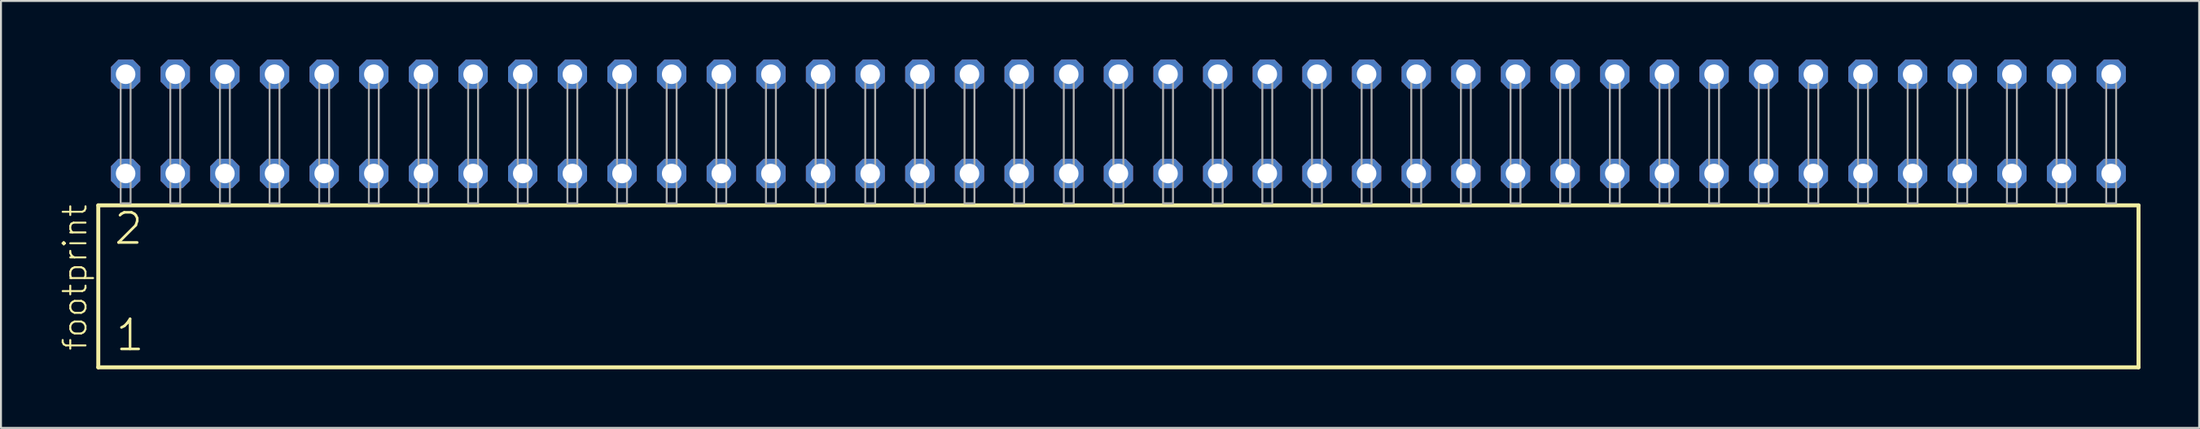
<source format=kicad_pcb>
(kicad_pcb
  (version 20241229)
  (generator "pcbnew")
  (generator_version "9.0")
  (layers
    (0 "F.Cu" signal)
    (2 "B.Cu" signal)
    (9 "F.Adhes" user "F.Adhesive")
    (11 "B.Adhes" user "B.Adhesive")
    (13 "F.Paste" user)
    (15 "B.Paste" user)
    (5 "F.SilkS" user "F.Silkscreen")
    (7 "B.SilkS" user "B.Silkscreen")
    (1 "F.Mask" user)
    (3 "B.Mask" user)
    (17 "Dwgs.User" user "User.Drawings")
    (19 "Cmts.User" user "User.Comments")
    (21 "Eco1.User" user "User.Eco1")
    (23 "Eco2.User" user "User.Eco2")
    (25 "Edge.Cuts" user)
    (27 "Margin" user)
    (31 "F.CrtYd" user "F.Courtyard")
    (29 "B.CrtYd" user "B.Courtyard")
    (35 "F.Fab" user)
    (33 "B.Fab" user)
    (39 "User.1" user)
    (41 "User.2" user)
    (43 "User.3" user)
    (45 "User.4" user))
  (footprint "footprint"
    (layer "F.Cu")
    (at 54.178 7.354)
    (property "Reference" "footprint" (at -52.705 7.62 90) (layer "F.SilkS") (effects (font (size 1.168 1.168) (thickness 0.102)) (justify left bottom)))
    (fp_line (start -52.199 0.106) (end -52.199 8.396) (stroke (width 0.203) (type solid)) (layer "F.SilkS"))
    (fp_line (start -52.199 8.396) (end 52.199 8.396) (stroke (width 0.203) (type solid)) (layer "F.SilkS"))
    (fp_line (start 52.199 0.106) (end -52.199 0.106) (stroke (width 0.203) (type solid)) (layer "F.SilkS"))
    (fp_line (start 52.199 8.396) (end 52.199 0.106) (stroke (width 0.203) (type solid)) (layer "F.SilkS"))
    (fp_poly (pts (xy -51.054 0) (xy -50.546 0) (xy -50.546 -6.858) (xy -51.054 -6.858)) (stroke (width 0.1) (type solid)) (fill no) (layer "F.Fab"))
    (fp_poly (pts (xy -48.514 0) (xy -48.006 0) (xy -48.006 -6.858) (xy -48.514 -6.858)) (stroke (width 0.1) (type solid)) (fill no) (layer "F.Fab"))
    (fp_poly (pts (xy -45.974 0) (xy -45.466 0) (xy -45.466 -6.858) (xy -45.974 -6.858)) (stroke (width 0.1) (type solid)) (fill no) (layer "F.Fab"))
    (fp_poly (pts (xy -43.434 0) (xy -42.926 0) (xy -42.926 -6.858) (xy -43.434 -6.858)) (stroke (width 0.1) (type solid)) (fill no) (layer "F.Fab"))
    (fp_poly (pts (xy -40.894 0) (xy -40.386 0) (xy -40.386 -6.858) (xy -40.894 -6.858)) (stroke (width 0.1) (type solid)) (fill no) (layer "F.Fab"))
    (fp_poly (pts (xy -38.354 0) (xy -37.846 0) (xy -37.846 -6.858) (xy -38.354 -6.858)) (stroke (width 0.1) (type solid)) (fill no) (layer "F.Fab"))
    (fp_poly (pts (xy -35.814 0) (xy -35.306 0) (xy -35.306 -6.858) (xy -35.814 -6.858)) (stroke (width 0.1) (type solid)) (fill no) (layer "F.Fab"))
    (fp_poly (pts (xy -33.274 0) (xy -32.766 0) (xy -32.766 -6.858) (xy -33.274 -6.858)) (stroke (width 0.1) (type solid)) (fill no) (layer "F.Fab"))
    (fp_poly (pts (xy -30.734 0) (xy -30.226 0) (xy -30.226 -6.858) (xy -30.734 -6.858)) (stroke (width 0.1) (type solid)) (fill no) (layer "F.Fab"))
    (fp_poly (pts (xy -28.194 0) (xy -27.686 0) (xy -27.686 -6.858) (xy -28.194 -6.858)) (stroke (width 0.1) (type solid)) (fill no) (layer "F.Fab"))
    (fp_poly (pts (xy -25.654 0) (xy -25.146 0) (xy -25.146 -6.858) (xy -25.654 -6.858)) (stroke (width 0.1) (type solid)) (fill no) (layer "F.Fab"))
    (fp_poly (pts (xy -23.114 0) (xy -22.606 0) (xy -22.606 -6.858) (xy -23.114 -6.858)) (stroke (width 0.1) (type solid)) (fill no) (layer "F.Fab"))
    (fp_poly (pts (xy -20.574 0) (xy -20.066 0) (xy -20.066 -6.858) (xy -20.574 -6.858)) (stroke (width 0.1) (type solid)) (fill no) (layer "F.Fab"))
    (fp_poly (pts (xy -18.034 0) (xy -17.526 0) (xy -17.526 -6.858) (xy -18.034 -6.858)) (stroke (width 0.1) (type solid)) (fill no) (layer "F.Fab"))
    (fp_poly (pts (xy -15.494 0) (xy -14.986 0) (xy -14.986 -6.858) (xy -15.494 -6.858)) (stroke (width 0.1) (type solid)) (fill no) (layer "F.Fab"))
    (fp_poly (pts (xy -12.954 0) (xy -12.446 0) (xy -12.446 -6.858) (xy -12.954 -6.858)) (stroke (width 0.1) (type solid)) (fill no) (layer "F.Fab"))
    (fp_poly (pts (xy -10.414 0) (xy -9.906 0) (xy -9.906 -6.858) (xy -10.414 -6.858)) (stroke (width 0.1) (type solid)) (fill no) (layer "F.Fab"))
    (fp_poly (pts (xy -7.874 0) (xy -7.366 0) (xy -7.366 -6.858) (xy -7.874 -6.858)) (stroke (width 0.1) (type solid)) (fill no) (layer "F.Fab"))
    (fp_poly (pts (xy -5.334 0) (xy -4.826 0) (xy -4.826 -6.858) (xy -5.334 -6.858)) (stroke (width 0.1) (type solid)) (fill no) (layer "F.Fab"))
    (fp_poly (pts (xy -2.794 0) (xy -2.286 0) (xy -2.286 -6.858) (xy -2.794 -6.858)) (stroke (width 0.1) (type solid)) (fill no) (layer "F.Fab"))
    (fp_poly (pts (xy -0.254 0) (xy 0.254 0) (xy 0.254 -6.858) (xy -0.254 -6.858)) (stroke (width 0.1) (type solid)) (fill no) (layer "F.Fab"))
    (fp_poly (pts (xy 2.286 0) (xy 2.794 0) (xy 2.794 -6.858) (xy 2.286 -6.858)) (stroke (width 0.1) (type solid)) (fill no) (layer "F.Fab"))
    (fp_poly (pts (xy 4.826 0) (xy 5.334 0) (xy 5.334 -6.858) (xy 4.826 -6.858)) (stroke (width 0.1) (type solid)) (fill no) (layer "F.Fab"))
    (fp_poly (pts (xy 7.366 0) (xy 7.874 0) (xy 7.874 -6.858) (xy 7.366 -6.858)) (stroke (width 0.1) (type solid)) (fill no) (layer "F.Fab"))
    (fp_poly (pts (xy 9.906 0) (xy 10.414 0) (xy 10.414 -6.858) (xy 9.906 -6.858)) (stroke (width 0.1) (type solid)) (fill no) (layer "F.Fab"))
    (fp_poly (pts (xy 12.446 0) (xy 12.954 0) (xy 12.954 -6.858) (xy 12.446 -6.858)) (stroke (width 0.1) (type solid)) (fill no) (layer "F.Fab"))
    (fp_poly (pts (xy 14.986 0) (xy 15.494 0) (xy 15.494 -6.858) (xy 14.986 -6.858)) (stroke (width 0.1) (type solid)) (fill no) (layer "F.Fab"))
    (fp_poly (pts (xy 17.526 0) (xy 18.034 0) (xy 18.034 -6.858) (xy 17.526 -6.858)) (stroke (width 0.1) (type solid)) (fill no) (layer "F.Fab"))
    (fp_poly (pts (xy 20.066 0) (xy 20.574 0) (xy 20.574 -6.858) (xy 20.066 -6.858)) (stroke (width 0.1) (type solid)) (fill no) (layer "F.Fab"))
    (fp_poly (pts (xy 22.606 0) (xy 23.114 0) (xy 23.114 -6.858) (xy 22.606 -6.858)) (stroke (width 0.1) (type solid)) (fill no) (layer "F.Fab"))
    (fp_poly (pts (xy 25.146 0) (xy 25.654 0) (xy 25.654 -6.858) (xy 25.146 -6.858)) (stroke (width 0.1) (type solid)) (fill no) (layer "F.Fab"))
    (fp_poly (pts (xy 27.686 0) (xy 28.194 0) (xy 28.194 -6.858) (xy 27.686 -6.858)) (stroke (width 0.1) (type solid)) (fill no) (layer "F.Fab"))
    (fp_poly (pts (xy 30.226 0) (xy 30.734 0) (xy 30.734 -6.858) (xy 30.226 -6.858)) (stroke (width 0.1) (type solid)) (fill no) (layer "F.Fab"))
    (fp_poly (pts (xy 32.766 0) (xy 33.274 0) (xy 33.274 -6.858) (xy 32.766 -6.858)) (stroke (width 0.1) (type solid)) (fill no) (layer "F.Fab"))
    (fp_poly (pts (xy 35.306 0) (xy 35.814 0) (xy 35.814 -6.858) (xy 35.306 -6.858)) (stroke (width 0.1) (type solid)) (fill no) (layer "F.Fab"))
    (fp_poly (pts (xy 37.846 0) (xy 38.354 0) (xy 38.354 -6.858) (xy 37.846 -6.858)) (stroke (width 0.1) (type solid)) (fill no) (layer "F.Fab"))
    (fp_poly (pts (xy 40.386 0) (xy 40.894 0) (xy 40.894 -6.858) (xy 40.386 -6.858)) (stroke (width 0.1) (type solid)) (fill no) (layer "F.Fab"))
    (fp_poly (pts (xy 42.926 0) (xy 43.434 0) (xy 43.434 -6.858) (xy 42.926 -6.858)) (stroke (width 0.1) (type solid)) (fill no) (layer "F.Fab"))
    (fp_poly (pts (xy 45.466 0) (xy 45.974 0) (xy 45.974 -6.858) (xy 45.466 -6.858)) (stroke (width 0.1) (type solid)) (fill no) (layer "F.Fab"))
    (fp_poly (pts (xy 48.006 0) (xy 48.514 0) (xy 48.514 -6.858) (xy 48.006 -6.858)) (stroke (width 0.1) (type solid)) (fill no) (layer "F.Fab"))
    (fp_poly (pts (xy 50.546 0) (xy 51.054 0) (xy 51.054 -6.858) (xy 50.546 -6.858)) (stroke (width 0.1) (type solid)) (fill no) (layer "F.Fab"))
    (fp_text user "1" (at -51.395 7.65 0) (layer "F.SilkS") (effects (font (size 1.542 1.542) (thickness 0.134)) (justify left bottom)))
    (fp_text user "2" (at -51.47 2.2 0) (layer "F.SilkS") (effects (font (size 1.542 1.542) (thickness 0.134)) (justify left bottom)))
    (pad "1" thru_hole roundrect (at -50.8 -1.524) (size 1.5 1.5) (drill 1) (layers "*.Cu" "*.Mask") (roundrect_rratio 0.25) (chamfer_ratio 0.25) (chamfer top_left top_right bottom_left bottom_right))
    (pad "2" thru_hole roundrect (at -50.8 -6.604) (size 1.5 1.5) (drill 1) (layers "*.Cu" "*.Mask") (roundrect_rratio 0.25) (chamfer_ratio 0.25) (chamfer top_left top_right bottom_left bottom_right))
    (pad "3" thru_hole roundrect (at -48.26 -1.524) (size 1.5 1.5) (drill 1) (layers "*.Cu" "*.Mask") (roundrect_rratio 0.25) (chamfer_ratio 0.25) (chamfer top_left top_right bottom_left bottom_right))
    (pad "4" thru_hole roundrect (at -48.26 -6.604) (size 1.5 1.5) (drill 1) (layers "*.Cu" "*.Mask") (roundrect_rratio 0.25) (chamfer_ratio 0.25) (chamfer top_left top_right bottom_left bottom_right))
    (pad "5" thru_hole roundrect (at -45.72 -1.524) (size 1.5 1.5) (drill 1) (layers "*.Cu" "*.Mask") (roundrect_rratio 0.25) (chamfer_ratio 0.25) (chamfer top_left top_right bottom_left bottom_right))
    (pad "6" thru_hole roundrect (at -45.72 -6.604) (size 1.5 1.5) (drill 1) (layers "*.Cu" "*.Mask") (roundrect_rratio 0.25) (chamfer_ratio 0.25) (chamfer top_left top_right bottom_left bottom_right))
    (pad "7" thru_hole roundrect (at -43.18 -1.524) (size 1.5 1.5) (drill 1) (layers "*.Cu" "*.Mask") (roundrect_rratio 0.25) (chamfer_ratio 0.25) (chamfer top_left top_right bottom_left bottom_right))
    (pad "8" thru_hole roundrect (at -43.18 -6.604) (size 1.5 1.5) (drill 1) (layers "*.Cu" "*.Mask") (roundrect_rratio 0.25) (chamfer_ratio 0.25) (chamfer top_left top_right bottom_left bottom_right))
    (pad "9" thru_hole roundrect (at -40.64 -1.524) (size 1.5 1.5) (drill 1) (layers "*.Cu" "*.Mask") (roundrect_rratio 0.25) (chamfer_ratio 0.25) (chamfer top_left top_right bottom_left bottom_right))
    (pad "10" thru_hole roundrect (at -40.64 -6.604) (size 1.5 1.5) (drill 1) (layers "*.Cu" "*.Mask") (roundrect_rratio 0.25) (chamfer_ratio 0.25) (chamfer top_left top_right bottom_left bottom_right))
    (pad "11" thru_hole roundrect (at -38.1 -1.524) (size 1.5 1.5) (drill 1) (layers "*.Cu" "*.Mask") (roundrect_rratio 0.25) (chamfer_ratio 0.25) (chamfer top_left top_right bottom_left bottom_right))
    (pad "12" thru_hole roundrect (at -38.1 -6.604) (size 1.5 1.5) (drill 1) (layers "*.Cu" "*.Mask") (roundrect_rratio 0.25) (chamfer_ratio 0.25) (chamfer top_left top_right bottom_left bottom_right))
    (pad "13" thru_hole roundrect (at -35.56 -1.524) (size 1.5 1.5) (drill 1) (layers "*.Cu" "*.Mask") (roundrect_rratio 0.25) (chamfer_ratio 0.25) (chamfer top_left top_right bottom_left bottom_right))
    (pad "14" thru_hole roundrect (at -35.56 -6.604) (size 1.5 1.5) (drill 1) (layers "*.Cu" "*.Mask") (roundrect_rratio 0.25) (chamfer_ratio 0.25) (chamfer top_left top_right bottom_left bottom_right))
    (pad "15" thru_hole roundrect (at -33.02 -1.524) (size 1.5 1.5) (drill 1) (layers "*.Cu" "*.Mask") (roundrect_rratio 0.25) (chamfer_ratio 0.25) (chamfer top_left top_right bottom_left bottom_right))
    (pad "16" thru_hole roundrect (at -33.02 -6.604) (size 1.5 1.5) (drill 1) (layers "*.Cu" "*.Mask") (roundrect_rratio 0.25) (chamfer_ratio 0.25) (chamfer top_left top_right bottom_left bottom_right))
    (pad "17" thru_hole roundrect (at -30.48 -1.524) (size 1.5 1.5) (drill 1) (layers "*.Cu" "*.Mask") (roundrect_rratio 0.25) (chamfer_ratio 0.25) (chamfer top_left top_right bottom_left bottom_right))
    (pad "18" thru_hole roundrect (at -30.48 -6.604) (size 1.5 1.5) (drill 1) (layers "*.Cu" "*.Mask") (roundrect_rratio 0.25) (chamfer_ratio 0.25) (chamfer top_left top_right bottom_left bottom_right))
    (pad "19" thru_hole roundrect (at -27.94 -1.524) (size 1.5 1.5) (drill 1) (layers "*.Cu" "*.Mask") (roundrect_rratio 0.25) (chamfer_ratio 0.25) (chamfer top_left top_right bottom_left bottom_right))
    (pad "20" thru_hole roundrect (at -27.94 -6.604) (size 1.5 1.5) (drill 1) (layers "*.Cu" "*.Mask") (roundrect_rratio 0.25) (chamfer_ratio 0.25) (chamfer top_left top_right bottom_left bottom_right))
    (pad "21" thru_hole roundrect (at -25.4 -1.524) (size 1.5 1.5) (drill 1) (layers "*.Cu" "*.Mask") (roundrect_rratio 0.25) (chamfer_ratio 0.25) (chamfer top_left top_right bottom_left bottom_right))
    (pad "22" thru_hole roundrect (at -25.4 -6.604) (size 1.5 1.5) (drill 1) (layers "*.Cu" "*.Mask") (roundrect_rratio 0.25) (chamfer_ratio 0.25) (chamfer top_left top_right bottom_left bottom_right))
    (pad "23" thru_hole roundrect (at -22.86 -1.524) (size 1.5 1.5) (drill 1) (layers "*.Cu" "*.Mask") (roundrect_rratio 0.25) (chamfer_ratio 0.25) (chamfer top_left top_right bottom_left bottom_right))
    (pad "24" thru_hole roundrect (at -22.86 -6.604) (size 1.5 1.5) (drill 1) (layers "*.Cu" "*.Mask") (roundrect_rratio 0.25) (chamfer_ratio 0.25) (chamfer top_left top_right bottom_left bottom_right))
    (pad "25" thru_hole roundrect (at -20.32 -1.524) (size 1.5 1.5) (drill 1) (layers "*.Cu" "*.Mask") (roundrect_rratio 0.25) (chamfer_ratio 0.25) (chamfer top_left top_right bottom_left bottom_right))
    (pad "26" thru_hole roundrect (at -20.32 -6.604) (size 1.5 1.5) (drill 1) (layers "*.Cu" "*.Mask") (roundrect_rratio 0.25) (chamfer_ratio 0.25) (chamfer top_left top_right bottom_left bottom_right))
    (pad "27" thru_hole roundrect (at -17.78 -1.524) (size 1.5 1.5) (drill 1) (layers "*.Cu" "*.Mask") (roundrect_rratio 0.25) (chamfer_ratio 0.25) (chamfer top_left top_right bottom_left bottom_right))
    (pad "28" thru_hole roundrect (at -17.78 -6.604) (size 1.5 1.5) (drill 1) (layers "*.Cu" "*.Mask") (roundrect_rratio 0.25) (chamfer_ratio 0.25) (chamfer top_left top_right bottom_left bottom_right))
    (pad "29" thru_hole roundrect (at -15.24 -1.524) (size 1.5 1.5) (drill 1) (layers "*.Cu" "*.Mask") (roundrect_rratio 0.25) (chamfer_ratio 0.25) (chamfer top_left top_right bottom_left bottom_right))
    (pad "30" thru_hole roundrect (at -15.24 -6.604) (size 1.5 1.5) (drill 1) (layers "*.Cu" "*.Mask") (roundrect_rratio 0.25) (chamfer_ratio 0.25) (chamfer top_left top_right bottom_left bottom_right))
    (pad "31" thru_hole roundrect (at -12.7 -1.524) (size 1.5 1.5) (drill 1) (layers "*.Cu" "*.Mask") (roundrect_rratio 0.25) (chamfer_ratio 0.25) (chamfer top_left top_right bottom_left bottom_right))
    (pad "32" thru_hole roundrect (at -12.7 -6.604) (size 1.5 1.5) (drill 1) (layers "*.Cu" "*.Mask") (roundrect_rratio 0.25) (chamfer_ratio 0.25) (chamfer top_left top_right bottom_left bottom_right))
    (pad "33" thru_hole roundrect (at -10.16 -1.524) (size 1.5 1.5) (drill 1) (layers "*.Cu" "*.Mask") (roundrect_rratio 0.25) (chamfer_ratio 0.25) (chamfer top_left top_right bottom_left bottom_right))
    (pad "34" thru_hole roundrect (at -10.16 -6.604) (size 1.5 1.5) (drill 1) (layers "*.Cu" "*.Mask") (roundrect_rratio 0.25) (chamfer_ratio 0.25) (chamfer top_left top_right bottom_left bottom_right))
    (pad "35" thru_hole roundrect (at -7.62 -1.524) (size 1.5 1.5) (drill 1) (layers "*.Cu" "*.Mask") (roundrect_rratio 0.25) (chamfer_ratio 0.25) (chamfer top_left top_right bottom_left bottom_right))
    (pad "36" thru_hole roundrect (at -7.62 -6.604) (size 1.5 1.5) (drill 1) (layers "*.Cu" "*.Mask") (roundrect_rratio 0.25) (chamfer_ratio 0.25) (chamfer top_left top_right bottom_left bottom_right))
    (pad "37" thru_hole roundrect (at -5.08 -1.524) (size 1.5 1.5) (drill 1) (layers "*.Cu" "*.Mask") (roundrect_rratio 0.25) (chamfer_ratio 0.25) (chamfer top_left top_right bottom_left bottom_right))
    (pad "38" thru_hole roundrect (at -5.08 -6.604) (size 1.5 1.5) (drill 1) (layers "*.Cu" "*.Mask") (roundrect_rratio 0.25) (chamfer_ratio 0.25) (chamfer top_left top_right bottom_left bottom_right))
    (pad "39" thru_hole roundrect (at -2.54 -1.524) (size 1.5 1.5) (drill 1) (layers "*.Cu" "*.Mask") (roundrect_rratio 0.25) (chamfer_ratio 0.25) (chamfer top_left top_right bottom_left bottom_right))
    (pad "40" thru_hole roundrect (at -2.54 -6.604) (size 1.5 1.5) (drill 1) (layers "*.Cu" "*.Mask") (roundrect_rratio 0.25) (chamfer_ratio 0.25) (chamfer top_left top_right bottom_left bottom_right))
    (pad "41" thru_hole roundrect (at 0 -1.524) (size 1.5 1.5) (drill 1) (layers "*.Cu" "*.Mask") (roundrect_rratio 0.25) (chamfer_ratio 0.25) (chamfer top_left top_right bottom_left bottom_right))
    (pad "42" thru_hole roundrect (at 0 -6.604) (size 1.5 1.5) (drill 1) (layers "*.Cu" "*.Mask") (roundrect_rratio 0.25) (chamfer_ratio 0.25) (chamfer top_left top_right bottom_left bottom_right))
    (pad "43" thru_hole roundrect (at 2.54 -1.524) (size 1.5 1.5) (drill 1) (layers "*.Cu" "*.Mask") (roundrect_rratio 0.25) (chamfer_ratio 0.25) (chamfer top_left top_right bottom_left bottom_right))
    (pad "44" thru_hole roundrect (at 2.54 -6.604) (size 1.5 1.5) (drill 1) (layers "*.Cu" "*.Mask") (roundrect_rratio 0.25) (chamfer_ratio 0.25) (chamfer top_left top_right bottom_left bottom_right))
    (pad "45" thru_hole roundrect (at 5.08 -1.524) (size 1.5 1.5) (drill 1) (layers "*.Cu" "*.Mask") (roundrect_rratio 0.25) (chamfer_ratio 0.25) (chamfer top_left top_right bottom_left bottom_right))
    (pad "46" thru_hole roundrect (at 5.08 -6.604) (size 1.5 1.5) (drill 1) (layers "*.Cu" "*.Mask") (roundrect_rratio 0.25) (chamfer_ratio 0.25) (chamfer top_left top_right bottom_left bottom_right))
    (pad "47" thru_hole roundrect (at 7.62 -1.524) (size 1.5 1.5) (drill 1) (layers "*.Cu" "*.Mask") (roundrect_rratio 0.25) (chamfer_ratio 0.25) (chamfer top_left top_right bottom_left bottom_right))
    (pad "48" thru_hole roundrect (at 7.62 -6.604) (size 1.5 1.5) (drill 1) (layers "*.Cu" "*.Mask") (roundrect_rratio 0.25) (chamfer_ratio 0.25) (chamfer top_left top_right bottom_left bottom_right))
    (pad "49" thru_hole roundrect (at 10.16 -1.524) (size 1.5 1.5) (drill 1) (layers "*.Cu" "*.Mask") (roundrect_rratio 0.25) (chamfer_ratio 0.25) (chamfer top_left top_right bottom_left bottom_right))
    (pad "50" thru_hole roundrect (at 10.16 -6.604) (size 1.5 1.5) (drill 1) (layers "*.Cu" "*.Mask") (roundrect_rratio 0.25) (chamfer_ratio 0.25) (chamfer top_left top_right bottom_left bottom_right))
    (pad "51" thru_hole roundrect (at 12.7 -1.524) (size 1.5 1.5) (drill 1) (layers "*.Cu" "*.Mask") (roundrect_rratio 0.25) (chamfer_ratio 0.25) (chamfer top_left top_right bottom_left bottom_right))
    (pad "52" thru_hole roundrect (at 12.7 -6.604) (size 1.5 1.5) (drill 1) (layers "*.Cu" "*.Mask") (roundrect_rratio 0.25) (chamfer_ratio 0.25) (chamfer top_left top_right bottom_left bottom_right))
    (pad "53" thru_hole roundrect (at 15.24 -1.524) (size 1.5 1.5) (drill 1) (layers "*.Cu" "*.Mask") (roundrect_rratio 0.25) (chamfer_ratio 0.25) (chamfer top_left top_right bottom_left bottom_right))
    (pad "54" thru_hole roundrect (at 15.24 -6.604) (size 1.5 1.5) (drill 1) (layers "*.Cu" "*.Mask") (roundrect_rratio 0.25) (chamfer_ratio 0.25) (chamfer top_left top_right bottom_left bottom_right))
    (pad "55" thru_hole roundrect (at 17.78 -1.524) (size 1.5 1.5) (drill 1) (layers "*.Cu" "*.Mask") (roundrect_rratio 0.25) (chamfer_ratio 0.25) (chamfer top_left top_right bottom_left bottom_right))
    (pad "56" thru_hole roundrect (at 17.78 -6.604) (size 1.5 1.5) (drill 1) (layers "*.Cu" "*.Mask") (roundrect_rratio 0.25) (chamfer_ratio 0.25) (chamfer top_left top_right bottom_left bottom_right))
    (pad "57" thru_hole roundrect (at 20.32 -1.524) (size 1.5 1.5) (drill 1) (layers "*.Cu" "*.Mask") (roundrect_rratio 0.25) (chamfer_ratio 0.25) (chamfer top_left top_right bottom_left bottom_right))
    (pad "58" thru_hole roundrect (at 20.32 -6.604) (size 1.5 1.5) (drill 1) (layers "*.Cu" "*.Mask") (roundrect_rratio 0.25) (chamfer_ratio 0.25) (chamfer top_left top_right bottom_left bottom_right))
    (pad "59" thru_hole roundrect (at 22.86 -1.524) (size 1.5 1.5) (drill 1) (layers "*.Cu" "*.Mask") (roundrect_rratio 0.25) (chamfer_ratio 0.25) (chamfer top_left top_right bottom_left bottom_right))
    (pad "60" thru_hole roundrect (at 22.86 -6.604) (size 1.5 1.5) (drill 1) (layers "*.Cu" "*.Mask") (roundrect_rratio 0.25) (chamfer_ratio 0.25) (chamfer top_left top_right bottom_left bottom_right))
    (pad "61" thru_hole roundrect (at 25.4 -1.524) (size 1.5 1.5) (drill 1) (layers "*.Cu" "*.Mask") (roundrect_rratio 0.25) (chamfer_ratio 0.25) (chamfer top_left top_right bottom_left bottom_right))
    (pad "62" thru_hole roundrect (at 25.4 -6.604) (size 1.5 1.5) (drill 1) (layers "*.Cu" "*.Mask") (roundrect_rratio 0.25) (chamfer_ratio 0.25) (chamfer top_left top_right bottom_left bottom_right))
    (pad "63" thru_hole roundrect (at 27.94 -1.524) (size 1.5 1.5) (drill 1) (layers "*.Cu" "*.Mask") (roundrect_rratio 0.25) (chamfer_ratio 0.25) (chamfer top_left top_right bottom_left bottom_right))
    (pad "64" thru_hole roundrect (at 27.94 -6.604) (size 1.5 1.5) (drill 1) (layers "*.Cu" "*.Mask") (roundrect_rratio 0.25) (chamfer_ratio 0.25) (chamfer top_left top_right bottom_left bottom_right))
    (pad "65" thru_hole roundrect (at 30.48 -1.524) (size 1.5 1.5) (drill 1) (layers "*.Cu" "*.Mask") (roundrect_rratio 0.25) (chamfer_ratio 0.25) (chamfer top_left top_right bottom_left bottom_right))
    (pad "66" thru_hole roundrect (at 30.48 -6.604) (size 1.5 1.5) (drill 1) (layers "*.Cu" "*.Mask") (roundrect_rratio 0.25) (chamfer_ratio 0.25) (chamfer top_left top_right bottom_left bottom_right))
    (pad "67" thru_hole roundrect (at 33.02 -1.524) (size 1.5 1.5) (drill 1) (layers "*.Cu" "*.Mask") (roundrect_rratio 0.25) (chamfer_ratio 0.25) (chamfer top_left top_right bottom_left bottom_right))
    (pad "68" thru_hole roundrect (at 33.02 -6.604) (size 1.5 1.5) (drill 1) (layers "*.Cu" "*.Mask") (roundrect_rratio 0.25) (chamfer_ratio 0.25) (chamfer top_left top_right bottom_left bottom_right))
    (pad "69" thru_hole roundrect (at 35.56 -1.524) (size 1.5 1.5) (drill 1) (layers "*.Cu" "*.Mask") (roundrect_rratio 0.25) (chamfer_ratio 0.25) (chamfer top_left top_right bottom_left bottom_right))
    (pad "70" thru_hole roundrect (at 35.56 -6.604) (size 1.5 1.5) (drill 1) (layers "*.Cu" "*.Mask") (roundrect_rratio 0.25) (chamfer_ratio 0.25) (chamfer top_left top_right bottom_left bottom_right))
    (pad "71" thru_hole roundrect (at 38.1 -1.524) (size 1.5 1.5) (drill 1) (layers "*.Cu" "*.Mask") (roundrect_rratio 0.25) (chamfer_ratio 0.25) (chamfer top_left top_right bottom_left bottom_right))
    (pad "72" thru_hole roundrect (at 38.1 -6.604) (size 1.5 1.5) (drill 1) (layers "*.Cu" "*.Mask") (roundrect_rratio 0.25) (chamfer_ratio 0.25) (chamfer top_left top_right bottom_left bottom_right))
    (pad "73" thru_hole roundrect (at 40.64 -1.524) (size 1.5 1.5) (drill 1) (layers "*.Cu" "*.Mask") (roundrect_rratio 0.25) (chamfer_ratio 0.25) (chamfer top_left top_right bottom_left bottom_right))
    (pad "74" thru_hole roundrect (at 40.64 -6.604) (size 1.5 1.5) (drill 1) (layers "*.Cu" "*.Mask") (roundrect_rratio 0.25) (chamfer_ratio 0.25) (chamfer top_left top_right bottom_left bottom_right))
    (pad "75" thru_hole roundrect (at 43.18 -1.524) (size 1.5 1.5) (drill 1) (layers "*.Cu" "*.Mask") (roundrect_rratio 0.25) (chamfer_ratio 0.25) (chamfer top_left top_right bottom_left bottom_right))
    (pad "76" thru_hole roundrect (at 43.18 -6.604) (size 1.5 1.5) (drill 1) (layers "*.Cu" "*.Mask") (roundrect_rratio 0.25) (chamfer_ratio 0.25) (chamfer top_left top_right bottom_left bottom_right))
    (pad "77" thru_hole roundrect (at 45.72 -1.524) (size 1.5 1.5) (drill 1) (layers "*.Cu" "*.Mask") (roundrect_rratio 0.25) (chamfer_ratio 0.25) (chamfer top_left top_right bottom_left bottom_right))
    (pad "78" thru_hole roundrect (at 45.72 -6.604) (size 1.5 1.5) (drill 1) (layers "*.Cu" "*.Mask") (roundrect_rratio 0.25) (chamfer_ratio 0.25) (chamfer top_left top_right bottom_left bottom_right))
    (pad "79" thru_hole roundrect (at 48.26 -1.524) (size 1.5 1.5) (drill 1) (layers "*.Cu" "*.Mask") (roundrect_rratio 0.25) (chamfer_ratio 0.25) (chamfer top_left top_right bottom_left bottom_right))
    (pad "80" thru_hole roundrect (at 48.26 -6.604) (size 1.5 1.5) (drill 1) (layers "*.Cu" "*.Mask") (roundrect_rratio 0.25) (chamfer_ratio 0.25) (chamfer top_left top_right bottom_left bottom_right))
    (pad "81" thru_hole roundrect (at 50.8 -1.524) (size 1.5 1.5) (drill 1) (layers "*.Cu" "*.Mask") (roundrect_rratio 0.25) (chamfer_ratio 0.25) (chamfer top_left top_right bottom_left bottom_right))
    (pad "82" thru_hole roundrect (at 50.8 -6.604) (size 1.5 1.5) (drill 1) (layers "*.Cu" "*.Mask") (roundrect_rratio 0.25) (chamfer_ratio 0.25) (chamfer top_left top_right bottom_left bottom_right)))
  (gr_rect
    (start -3 -3)
    (end 109.479 18.852)
    (stroke (width 0.1) (type default))
    (fill no)
    (layer "Edge.Cuts")))
</source>
